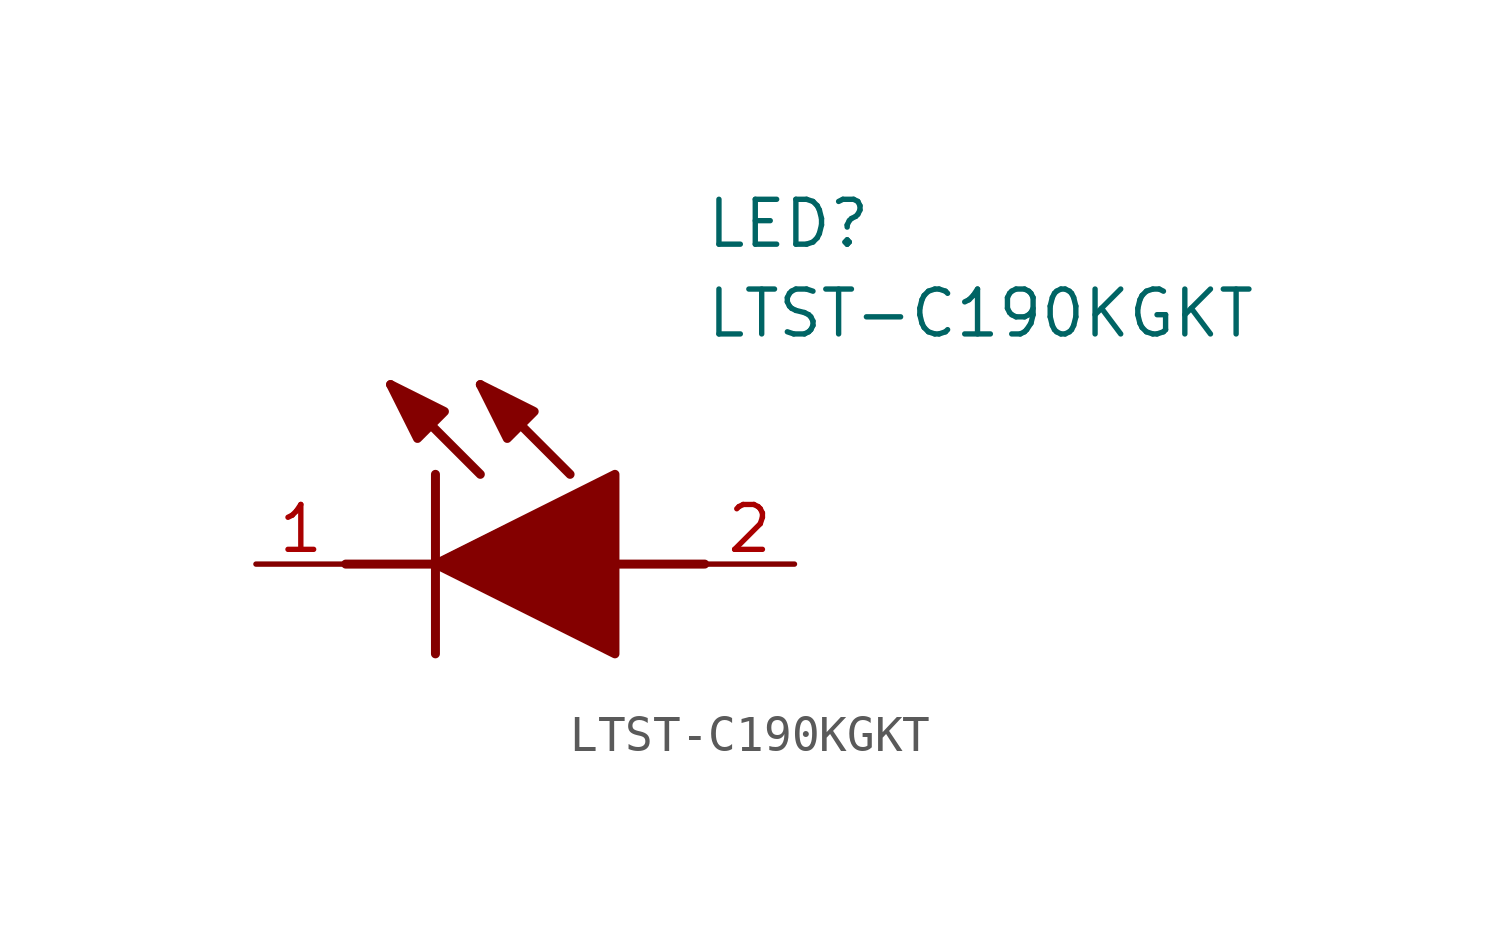
<source format=kicad_sym>
(kicad_symbol_lib
  (version 20211014)
  (generator SamacSys_ECAD_Model)
  (symbol "LTST-C190KGKT"
    (pin_names hide)
    (property "Reference" "LED"
      (at 12.7 8.89 0)
      (effects (font (size 1.27 1.27)) (justify left bottom)))
    (property "Value" "LTST-C190KGKT"
      (at 12.7 6.35 0)
      (effects (font (size 1.27 1.27)) (justify left bottom)))
    (polyline
      (pts (xy 5.08 2.54) (xy 5.08 -2.54))
      (stroke (width 0.254) (type default))
      (fill (type none)))
    (polyline
      (pts (xy 6.35 2.54) (xy 3.81 5.08))
      (stroke (width 0.254) (type default))
      (fill (type none)))
    (polyline
      (pts (xy 8.89 2.54) (xy 6.35 5.08))
      (stroke (width 0.254) (type default))
      (fill (type none)))
    (polyline
      (pts (xy 2.54 0) (xy 5.08 0))
      (stroke (width 0.254) (type default))
      (fill (type none)))
    (polyline
      (pts (xy 10.16 0) (xy 12.7 0))
      (stroke (width 0.254) (type default))
      (fill (type none)))
    (polyline
      (pts (xy 5.08 0) (xy 10.16 2.54) (xy 10.16 -2.54) (xy 5.08 0))
      (stroke (width 0.254) (type default))
      (fill (type outline)))
    (polyline
      (pts (xy 5.334 4.318) (xy 4.572 3.556) (xy 3.81 5.08) (xy 5.334 4.318))
      (stroke (width 0.254) (type default))
      (fill (type outline)))
    (polyline
      (pts (xy 7.874 4.318) (xy 7.112 3.556) (xy 6.35 5.08) (xy 7.874 4.318))
      (stroke (width 0.254) (type default))
      (fill (type outline)))
    (pin passive line
      (at 0 0 0)
      (length 2.54)
      (name "K" (effects (font (size 1.27 1.27))))
      (number "1" (effects (font (size 1.27 1.27)))))
    (pin passive line
      (at 15.24 0 180)
      (length 2.54)
      (name "A" (effects (font (size 1.27 1.27))))
      (number "2" (effects (font (size 1.27 1.27)))))))
</source>
